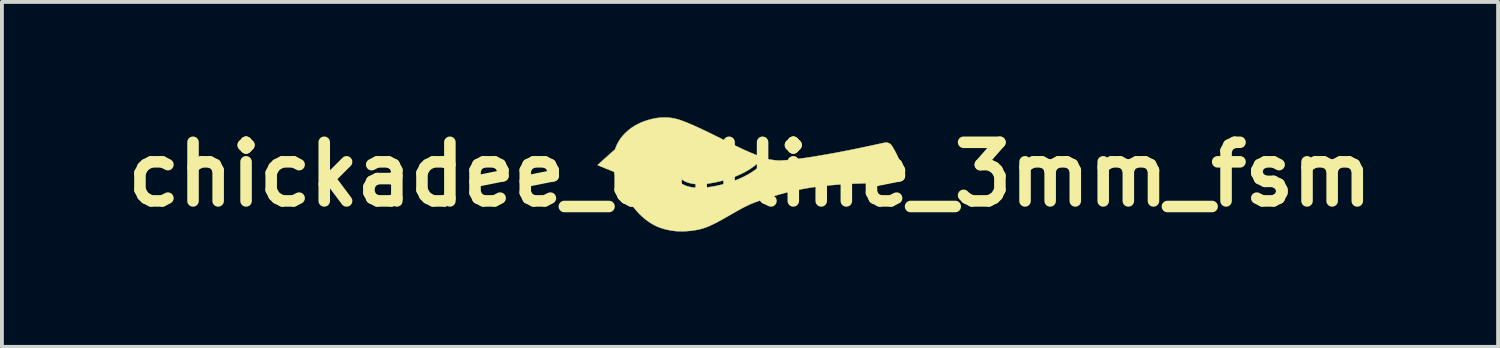
<source format=kicad_pcb>
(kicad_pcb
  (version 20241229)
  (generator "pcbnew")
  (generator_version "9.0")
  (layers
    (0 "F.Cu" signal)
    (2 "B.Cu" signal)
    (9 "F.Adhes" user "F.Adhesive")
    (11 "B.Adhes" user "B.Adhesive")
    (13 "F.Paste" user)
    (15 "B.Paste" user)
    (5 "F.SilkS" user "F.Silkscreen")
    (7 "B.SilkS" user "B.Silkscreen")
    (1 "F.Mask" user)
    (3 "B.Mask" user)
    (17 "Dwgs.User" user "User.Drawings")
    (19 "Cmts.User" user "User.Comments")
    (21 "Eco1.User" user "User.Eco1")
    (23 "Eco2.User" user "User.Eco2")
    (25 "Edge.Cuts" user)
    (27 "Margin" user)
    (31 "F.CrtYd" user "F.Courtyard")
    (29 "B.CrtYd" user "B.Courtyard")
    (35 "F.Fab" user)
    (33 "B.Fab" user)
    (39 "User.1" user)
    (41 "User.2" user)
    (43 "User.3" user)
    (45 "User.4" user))
  (footprint "chickadee_outline_3mm_fsm"
    (layer "F.Cu")
    (at 16.445 1.483)
    (property "Reference" "chickadee_outline_3mm_fsm" (at 0 0 0) (layer "F.SilkS") (effects (font (size 1.524 1.524) (thickness 0.3))))
    (attr through_hole)
    (fp_poly (pts (xy -2.159 -1.477) (xy -2.121 -1.475) (xy -2.085 -1.472) (xy -2.05 -1.468) (xy -2.013 -1.461) (xy -1.987 -1.457) (xy -1.95 -1.449) (xy -1.915 -1.441) (xy -1.881 -1.432) (xy -1.846 -1.422) (xy -1.809 -1.41) (xy -1.77 -1.396) (xy -1.728 -1.38) (xy -1.681 -1.362) (xy -1.645 -1.348) (xy -1.598 -1.328) (xy -1.55 -1.308) (xy -1.501 -1.287) (xy -1.45 -1.265) (xy -1.398 -1.241) (xy -1.343 -1.216) (xy -1.285 -1.19) (xy -1.225 -1.161) (xy -1.16 -1.13) (xy -1.092 -1.098) (xy -1.02 -1.062) (xy -0.942 -1.024) (xy -0.86 -0.983) (xy -0.772 -0.94) (xy -0.714 -0.911) (xy -0.632 -0.87) (xy -0.556 -0.832) (xy -0.486 -0.797) (xy -0.42 -0.765) (xy -0.358 -0.735) (xy -0.301 -0.708) (xy -0.247 -0.682) (xy -0.196 -0.658) (xy -0.147 -0.635) (xy -0.1 -0.614) (xy -0.055 -0.594) (xy -0.011 -0.575) (xy 0.033 -0.557) (xy 0.076 -0.539) (xy 0.12 -0.521) (xy 0.164 -0.503) (xy 0.21 -0.485) (xy 0.228 -0.478) (xy 0.252 -0.469) (xy 0.274 -0.461) (xy 0.293 -0.453) (xy 0.309 -0.447) (xy 0.32 -0.442) (xy 0.326 -0.44) (xy 0.336 -0.435) (xy 0.321 -0.416) (xy 0.309 -0.402) (xy 0.293 -0.385) (xy 0.274 -0.365) (xy 0.253 -0.343) (xy 0.231 -0.322) (xy 0.21 -0.302) (xy 0.19 -0.284) (xy 0.182 -0.276) (xy 0.106 -0.215) (xy 0.024 -0.157) (xy -0.063 -0.102) (xy -0.156 -0.05) (xy -0.255 -0.001) (xy -0.358 0.044) (xy -0.466 0.085) (xy -0.578 0.123) (xy -0.694 0.157) (xy -0.814 0.187) (xy -0.854 0.195) (xy -0.913 0.208) (xy -0.967 0.218) (xy -1.017 0.227) (xy -1.065 0.234) (xy -1.113 0.241) (xy -1.161 0.247) (xy -1.171 0.248) (xy -1.191 0.249) (xy -1.216 0.25) (xy -1.246 0.251) (xy -1.277 0.252) (xy -1.31 0.252) (xy -1.343 0.252) (xy -1.374 0.252) (xy -1.403 0.251) (xy -1.427 0.25) (xy -1.446 0.248) (xy -1.45 0.248) (xy -1.52 0.236) (xy -1.585 0.221) (xy -1.645 0.201) (xy -1.698 0.177) (xy -1.747 0.148) (xy -1.789 0.115) (xy -1.827 0.078) (xy -1.858 0.036) (xy -1.885 -0.01) (xy -1.904 -0.056) (xy -1.913 -0.085) (xy -1.92 -0.11) (xy -1.924 -0.135) (xy -1.927 -0.162) (xy -1.928 -0.193) (xy -1.928 -0.203) (xy -1.927 -0.26) (xy -1.95 -0.263) (xy -1.973 -0.265) (xy -2.023 -0.231) (xy -2.023 -0.182) (xy -2.019 -0.123) (xy -2.008 -0.067) (xy -1.991 -0.012) (xy -1.967 0.041) (xy -1.937 0.091) (xy -1.9 0.137) (xy -1.875 0.164) (xy -1.835 0.201) (xy -1.791 0.233) (xy -1.744 0.261) (xy -1.692 0.286) (xy -1.636 0.306) (xy -1.575 0.323) (xy -1.508 0.336) (xy -1.475 0.341) (xy -1.454 0.343) (xy -1.427 0.345) (xy -1.395 0.346) (xy -1.361 0.347) (xy -1.324 0.348) (xy -1.287 0.348) (xy -1.25 0.347) (xy -1.215 0.346) (xy -1.182 0.344) (xy -1.155 0.342) (xy -1.143 0.341) (xy -1.029 0.326) (xy -0.914 0.306) (xy -0.798 0.282) (xy -0.684 0.253) (xy -0.572 0.221) (xy -0.462 0.185) (xy -0.355 0.146) (xy -0.253 0.103) (xy -0.156 0.058) (xy -0.101 0.029) (xy -0.018 -0.017) (xy 0.061 -0.066) (xy 0.135 -0.118) (xy 0.204 -0.17) (xy 0.268 -0.224) (xy 0.326 -0.28) (xy 0.377 -0.335) (xy 0.399 -0.362) (xy 0.414 -0.379) (xy 0.425 -0.392) (xy 0.432 -0.399) (xy 0.437 -0.401) (xy 0.437 -0.401) (xy 0.452 -0.397) (xy 0.472 -0.393) (xy 0.497 -0.388) (xy 0.526 -0.384) (xy 0.557 -0.379) (xy 0.59 -0.375) (xy 0.622 -0.371) (xy 0.654 -0.367) (xy 0.683 -0.364) (xy 0.697 -0.363) (xy 0.727 -0.361) (xy 0.761 -0.361) (xy 0.798 -0.361) (xy 0.839 -0.363) (xy 0.885 -0.365) (xy 0.936 -0.369) (xy 0.992 -0.374) (xy 1.055 -0.38) (xy 1.124 -0.388) (xy 1.145 -0.39) (xy 1.243 -0.402) (xy 1.347 -0.416) (xy 1.458 -0.431) (xy 1.574 -0.449) (xy 1.696 -0.468) (xy 1.824 -0.49) (xy 1.957 -0.513) (xy 2.094 -0.537) (xy 2.236 -0.563) (xy 2.382 -0.591) (xy 2.533 -0.62) (xy 2.687 -0.651) (xy 2.844 -0.683) (xy 3.004 -0.717) (xy 3.168 -0.752) (xy 3.334 -0.788) (xy 3.362 -0.794) (xy 3.394 -0.801) (xy 3.424 -0.807) (xy 3.451 -0.813) (xy 3.476 -0.818) (xy 3.496 -0.822) (xy 3.512 -0.825) (xy 3.522 -0.827) (xy 3.524 -0.827) (xy 3.552 -0.827) (xy 3.581 -0.822) (xy 3.609 -0.811) (xy 3.636 -0.797) (xy 3.659 -0.779) (xy 3.66 -0.778) (xy 3.67 -0.766) (xy 3.684 -0.747) (xy 3.699 -0.724) (xy 3.716 -0.697) (xy 3.734 -0.665) (xy 3.754 -0.631) (xy 3.773 -0.595) (xy 3.794 -0.556) (xy 3.813 -0.517) (xy 3.833 -0.478) (xy 3.851 -0.439) (xy 3.868 -0.401) (xy 3.877 -0.381) (xy 3.904 -0.312) (xy 3.926 -0.247) (xy 3.943 -0.186) (xy 3.953 -0.13) (xy 3.958 -0.077) (xy 3.958 -0.028) (xy 3.951 0.016) (xy 3.94 0.054) (xy 3.931 0.075) (xy 3.917 0.097) (xy 3.901 0.118) (xy 3.885 0.135) (xy 3.879 0.141) (xy 3.864 0.153) (xy 3.847 0.163) (xy 3.829 0.173) (xy 3.808 0.181) (xy 3.784 0.188) (xy 3.757 0.194) (xy 3.726 0.199) (xy 3.691 0.203) (xy 3.651 0.207) (xy 3.605 0.21) (xy 3.552 0.213) (xy 3.512 0.215) (xy 3.492 0.216) (xy 3.466 0.217) (xy 3.435 0.218) (xy 3.4 0.219) (xy 3.362 0.22) (xy 3.322 0.221) (xy 3.281 0.222) (xy 3.24 0.224) (xy 3.219 0.224) (xy 3.113 0.227) (xy 3.014 0.23) (xy 2.92 0.233) (xy 2.832 0.236) (xy 2.748 0.239) (xy 2.668 0.242) (xy 2.592 0.246) (xy 2.519 0.25) (xy 2.447 0.254) (xy 2.378 0.259) (xy 2.31 0.263) (xy 2.242 0.269) (xy 2.174 0.274) (xy 2.138 0.277) (xy 1.985 0.291) (xy 1.839 0.308) (xy 1.697 0.325) (xy 1.56 0.345) (xy 1.425 0.368) (xy 1.292 0.393) (xy 1.16 0.42) (xy 1.028 0.451) (xy 0.895 0.484) (xy 0.76 0.521) (xy 0.622 0.562) (xy 0.48 0.606) (xy 0.372 0.642) (xy 0.316 0.66) (xy 0.263 0.678) (xy 0.214 0.695) (xy 0.169 0.711) (xy 0.125 0.727) (xy 0.084 0.743) (xy 0.044 0.759) (xy 0.005 0.776) (xy -0.034 0.793) (xy -0.073 0.811) (xy -0.113 0.831) (xy -0.155 0.852) (xy -0.198 0.875) (xy -0.245 0.9) (xy -0.294 0.927) (xy -0.348 0.957) (xy -0.405 0.99) (xy -0.468 1.026) (xy -0.533 1.063) (xy -0.583 1.092) (xy -0.628 1.117) (xy -0.668 1.14) (xy -0.704 1.161) (xy -0.736 1.179) (xy -0.766 1.195) (xy -0.793 1.21) (xy -0.819 1.224) (xy -0.844 1.238) (xy -0.869 1.251) (xy -0.895 1.264) (xy -0.917 1.275) (xy -0.983 1.307) (xy -1.043 1.335) (xy -1.101 1.359) (xy -1.155 1.38) (xy -1.209 1.398) (xy -1.262 1.414) (xy -1.316 1.428) (xy -1.372 1.44) (xy -1.419 1.448) (xy -1.478 1.457) (xy -1.533 1.465) (xy -1.585 1.47) (xy -1.636 1.474) (xy -1.689 1.477) (xy -1.745 1.478) (xy -1.783 1.478) (xy -1.81 1.477) (xy -1.835 1.477) (xy -1.857 1.477) (xy -1.876 1.476) (xy -1.89 1.476) (xy -1.898 1.476) (xy -1.898 1.476) (xy -1.989 1.467) (xy -2.079 1.453) (xy -2.167 1.435) (xy -2.251 1.413) (xy -2.332 1.387) (xy -2.409 1.357) (xy -2.466 1.33) (xy -2.552 1.283) (xy -2.636 1.229) (xy -2.717 1.169) (xy -2.796 1.103) (xy -2.873 1.03) (xy -2.947 0.95) (xy -3.018 0.865) (xy -3.087 0.773) (xy -3.153 0.675) (xy -3.216 0.572) (xy -3.276 0.462) (xy -3.281 0.454) (xy -3.318 0.379) (xy -3.352 0.301) (xy -3.385 0.22) (xy -3.415 0.134) (xy -3.444 0.042) (xy -3.461 -0.014) (xy -3.468 -0.041) (xy -3.714 -0.14) (xy -3.754 -0.156) (xy -3.791 -0.171) (xy -3.826 -0.186) (xy -3.858 -0.199) (xy -3.887 -0.211) (xy -3.912 -0.221) (xy -3.932 -0.23) (xy -3.947 -0.236) (xy -3.956 -0.241) (xy -3.96 -0.243) (xy -3.96 -0.243) (xy -3.957 -0.246) (xy -3.95 -0.253) (xy -3.938 -0.264) (xy -3.922 -0.279) (xy -3.902 -0.297) (xy -3.879 -0.318) (xy -3.852 -0.342) (xy -3.824 -0.368) (xy -3.793 -0.396) (xy -3.76 -0.425) (xy -3.734 -0.448) (xy -3.508 -0.649) (xy -3.494 -0.689) (xy -3.466 -0.759) (xy -3.432 -0.826) (xy -3.394 -0.89) (xy -3.35 -0.953) (xy -3.299 -1.014) (xy -3.242 -1.074) (xy -3.226 -1.09) (xy -3.158 -1.15) (xy -3.086 -1.206) (xy -3.008 -1.257) (xy -2.926 -1.303) (xy -2.839 -1.345) (xy -2.748 -1.381) (xy -2.653 -1.412) (xy -2.554 -1.438) (xy -2.508 -1.448) (xy -2.464 -1.457) (xy -2.424 -1.464) (xy -2.387 -1.469) (xy -2.35 -1.472) (xy -2.312 -1.475) (xy -2.271 -1.477) (xy -2.247 -1.477) (xy -2.2 -1.478) (xy -2.159 -1.477)) (stroke (width 0.01) (type solid)) (fill yes) (layer "F.SilkS")))
  (gr_rect
    (start -3 -3)
    (end 35.889 5.965)
    (stroke (width 0.1) (type default))
    (fill no)
    (layer "Edge.Cuts")))
</source>
